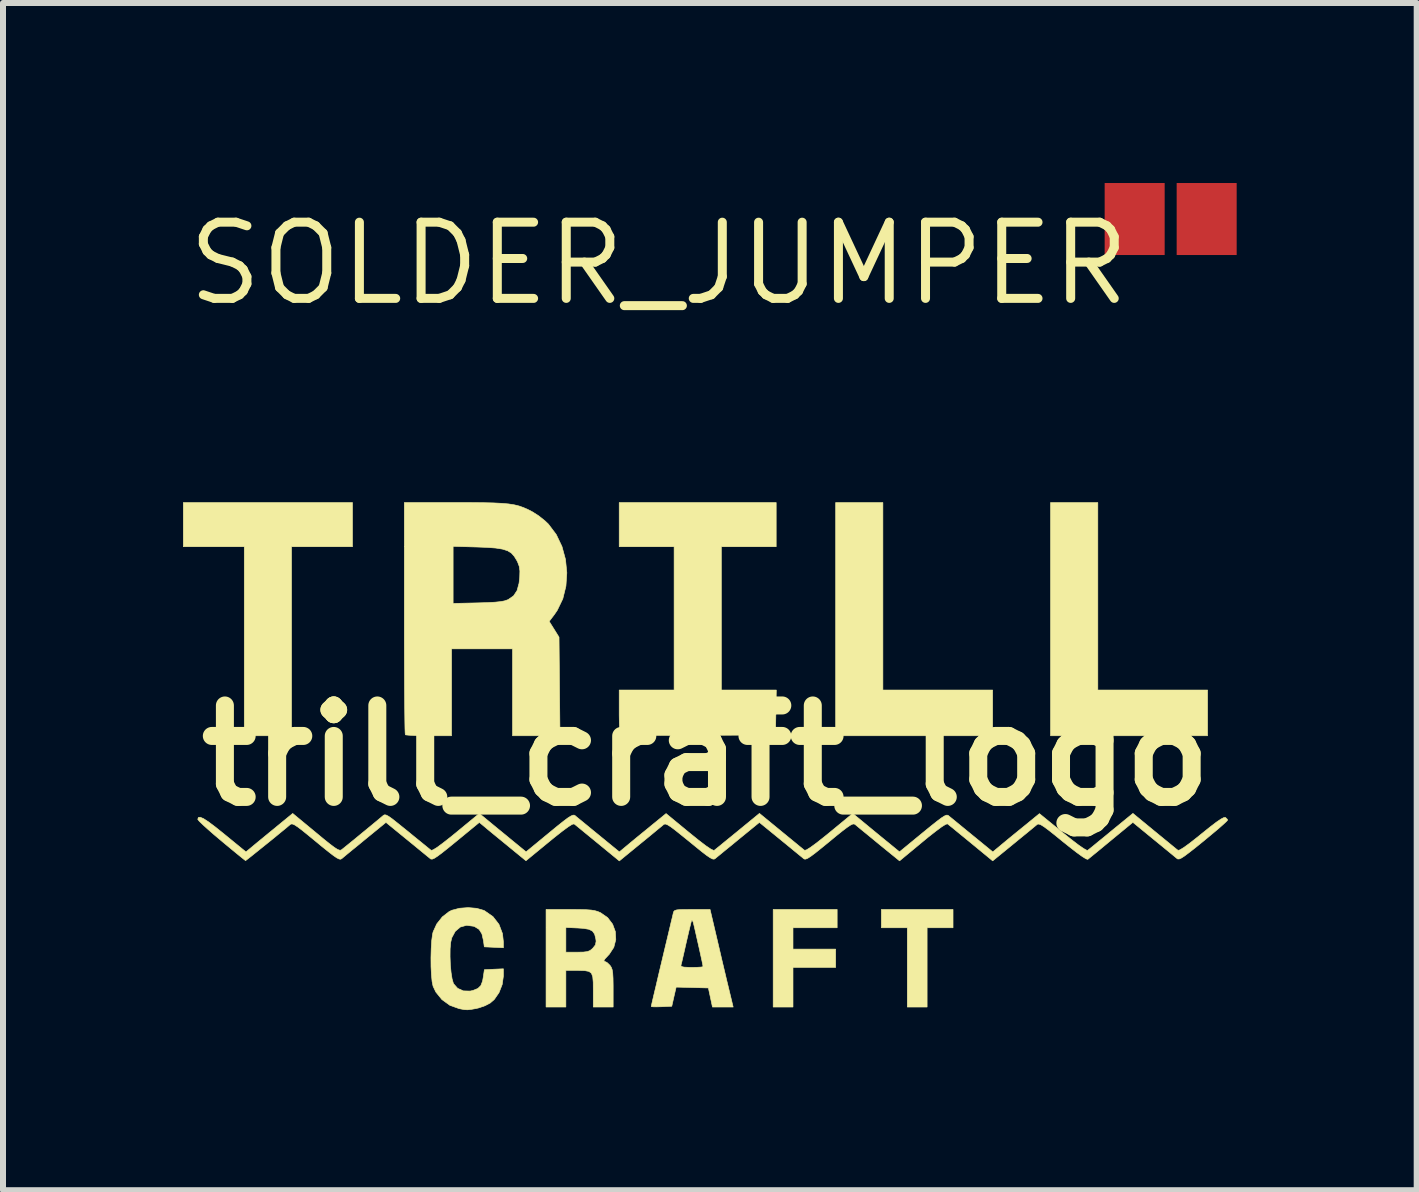
<source format=kicad_pcb>
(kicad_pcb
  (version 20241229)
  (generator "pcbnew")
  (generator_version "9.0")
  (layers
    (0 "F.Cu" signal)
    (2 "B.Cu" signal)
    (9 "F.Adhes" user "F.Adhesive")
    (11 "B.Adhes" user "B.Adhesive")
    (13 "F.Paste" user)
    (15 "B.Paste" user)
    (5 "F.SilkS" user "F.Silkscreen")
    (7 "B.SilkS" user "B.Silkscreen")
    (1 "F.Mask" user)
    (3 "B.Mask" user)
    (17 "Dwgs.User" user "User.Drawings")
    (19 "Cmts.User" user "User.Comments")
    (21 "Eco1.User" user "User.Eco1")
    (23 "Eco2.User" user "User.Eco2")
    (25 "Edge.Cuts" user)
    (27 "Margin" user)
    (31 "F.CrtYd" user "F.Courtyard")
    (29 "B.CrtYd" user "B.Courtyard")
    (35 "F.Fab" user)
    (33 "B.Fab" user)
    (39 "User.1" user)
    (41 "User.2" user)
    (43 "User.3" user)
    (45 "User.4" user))
  (footprint "trill_craft_logo"
    (layer "F.Cu")
    (at 8.717 9.541)
    (property "Reference" "trill_craft_logo" (at 0 0 0) (layer "F.SilkS") (effects (font (size 1.524 1.524) (thickness 0.3))))
    (attr through_hole)
    (fp_poly (pts (xy 2.946 -1.092) (xy 4.775 -1.092) (xy 4.775 -0.33) (xy 2.159 -0.33) (xy 2.159 -4.216) (xy 2.946 -4.216) (xy 2.946 -1.092)) (stroke (width 0.01) (type solid)) (fill yes) (layer "F.SilkS"))
    (fp_poly (pts (xy 6.528 -1.092) (xy 8.357 -1.092) (xy 8.357 -0.33) (xy 5.74 -0.33) (xy 5.74 -4.216) (xy 6.528 -4.216) (xy 6.528 -1.092)) (stroke (width 0.01) (type solid)) (fill yes) (layer "F.SilkS"))
    (fp_poly (pts (xy -5.893 -3.48) (xy -6.909 -3.48) (xy -6.909 -0.33) (xy -7.696 -0.33) (xy -7.696 -3.48) (xy -8.712 -3.48) (xy -8.712 -4.216) (xy -5.893 -4.216) (xy -5.893 -3.48)) (stroke (width 0.01) (type solid)) (fill yes) (layer "F.SilkS"))
    (fp_poly (pts (xy 4.115 2.87) (xy 3.683 2.87) (xy 3.683 4.191) (xy 3.353 4.191) (xy 3.353 2.87) (xy 2.921 2.87) (xy 2.921 2.565) (xy 4.115 2.565) (xy 4.115 2.87)) (stroke (width 0.01) (type solid)) (fill yes) (layer "F.SilkS"))
    (fp_poly (pts (xy 2.184 2.87) (xy 1.448 2.87) (xy 1.448 3.226) (xy 2.159 3.226) (xy 2.159 3.531) (xy 1.448 3.531) (xy 1.448 4.191) (xy 1.118 4.191) (xy 1.118 2.565) (xy 2.184 2.565) (xy 2.184 2.87)) (stroke (width 0.01) (type solid)) (fill yes) (layer "F.SilkS"))
    (fp_poly (pts (xy 1.168 -3.48) (xy 0.254 -3.48) (xy 0.254 -1.092) (xy 1.17 -1.092) (xy 1.156 -0.343) (xy -0.129 -0.336) (xy -0.38 -0.335) (xy -0.615 -0.335) (xy -0.83 -0.336) (xy -1.019 -0.337) (xy -1.179 -0.338) (xy -1.303 -0.34) (xy -1.388 -0.343) (xy -1.428 -0.346) (xy -1.431 -0.347) (xy -1.437 -0.377) (xy -1.442 -0.449) (xy -1.446 -0.552) (xy -1.448 -0.677) (xy -1.448 -0.728) (xy -1.448 -1.092) (xy -0.533 -1.092) (xy -0.533 -3.48) (xy -1.448 -3.48) (xy -1.448 -4.216) (xy 1.168 -4.216) (xy 1.168 -3.48)) (stroke (width 0.01) (type solid)) (fill yes) (layer "F.SilkS"))
    (fp_poly (pts (xy -2.113 2.566) (xy -1.999 2.569) (xy -1.915 2.575) (xy -1.854 2.585) (xy -1.804 2.6) (xy -1.759 2.619) (xy -1.641 2.701) (xy -1.558 2.81) (xy -1.512 2.935) (xy -1.505 3.067) (xy -1.538 3.196) (xy -1.614 3.312) (xy -1.631 3.33) (xy -1.686 3.389) (xy -1.704 3.422) (xy -1.694 3.429) (xy -1.652 3.448) (xy -1.605 3.493) (xy -1.602 3.496) (xy -1.58 3.53) (xy -1.565 3.57) (xy -1.556 3.627) (xy -1.551 3.711) (xy -1.549 3.833) (xy -1.549 3.877) (xy -1.549 4.191) (xy -1.88 4.191) (xy -1.88 3.912) (xy -1.881 3.778) (xy -1.889 3.686) (xy -1.911 3.628) (xy -1.954 3.597) (xy -2.024 3.584) (xy -2.129 3.581) (xy -2.157 3.581) (xy -2.337 3.581) (xy -2.337 4.191) (xy -2.667 4.191) (xy -2.667 3.277) (xy -2.337 3.277) (xy -2.145 3.277) (xy -2.044 3.275) (xy -1.978 3.267) (xy -1.933 3.249) (xy -1.894 3.217) (xy -1.888 3.211) (xy -1.844 3.155) (xy -1.833 3.095) (xy -1.838 3.054) (xy -1.857 2.978) (xy -1.892 2.927) (xy -1.951 2.896) (xy -2.045 2.88) (xy -2.134 2.874) (xy -2.337 2.865) (xy -2.337 3.277) (xy -2.667 3.277) (xy -2.667 2.565) (xy -2.269 2.565) (xy -2.113 2.566)) (stroke (width 0.01) (type solid)) (fill yes) (layer "F.SilkS"))
    (fp_poly (pts (xy -3.824 2.546) (xy -3.705 2.58) (xy -3.691 2.587) (xy -3.552 2.684) (xy -3.452 2.813) (xy -3.393 2.968) (xy -3.378 3.106) (xy -3.378 3.203) (xy -3.696 3.188) (xy -3.71 3.086) (xy -3.736 2.972) (xy -3.782 2.898) (xy -3.855 2.852) (xy -3.873 2.845) (xy -3.992 2.829) (xy -4.096 2.858) (xy -4.18 2.929) (xy -4.238 3.036) (xy -4.256 3.112) (xy -4.266 3.221) (xy -4.267 3.35) (xy -4.262 3.486) (xy -4.25 3.615) (xy -4.233 3.722) (xy -4.212 3.795) (xy -4.209 3.802) (xy -4.141 3.879) (xy -4.045 3.922) (xy -3.932 3.925) (xy -3.886 3.915) (xy -3.804 3.882) (xy -3.754 3.834) (xy -3.725 3.759) (xy -3.713 3.691) (xy -3.695 3.569) (xy -3.537 3.561) (xy -3.378 3.554) (xy -3.378 3.675) (xy -3.398 3.816) (xy -3.451 3.951) (xy -3.53 4.065) (xy -3.599 4.125) (xy -3.684 4.169) (xy -3.787 4.205) (xy -3.833 4.216) (xy -3.919 4.231) (xy -3.976 4.237) (xy -4.029 4.234) (xy -4.099 4.221) (xy -4.115 4.218) (xy -4.269 4.163) (xy -4.402 4.067) (xy -4.504 3.941) (xy -4.55 3.844) (xy -4.566 3.768) (xy -4.577 3.655) (xy -4.584 3.517) (xy -4.585 3.368) (xy -4.581 3.22) (xy -4.573 3.087) (xy -4.559 2.981) (xy -4.55 2.941) (xy -4.489 2.807) (xy -4.396 2.689) (xy -4.283 2.601) (xy -4.236 2.578) (xy -4.11 2.545) (xy -3.965 2.534) (xy -3.824 2.546)) (stroke (width 0.01) (type solid)) (fill yes) (layer "F.SilkS"))
    (fp_poly (pts (xy 0.175 3.029) (xy 0.217 3.208) (xy 0.262 3.402) (xy 0.307 3.591) (xy 0.347 3.76) (xy 0.367 3.842) (xy 0.451 4.191) (xy 0.106 4.191) (xy 0.072 4.032) (xy 0.038 3.873) (xy -0.231 3.866) (xy -0.499 3.859) (xy -0.536 4.019) (xy -0.572 4.178) (xy -0.743 4.186) (xy -0.829 4.188) (xy -0.89 4.187) (xy -0.914 4.182) (xy -0.914 4.182) (xy -0.909 4.155) (xy -0.893 4.085) (xy -0.868 3.978) (xy -0.835 3.84) (xy -0.797 3.677) (xy -0.755 3.499) (xy -0.42 3.499) (xy -0.411 3.516) (xy -0.367 3.526) (xy -0.28 3.53) (xy -0.241 3.531) (xy -0.15 3.529) (xy -0.083 3.525) (xy -0.052 3.519) (xy -0.051 3.518) (xy -0.056 3.487) (xy -0.07 3.418) (xy -0.091 3.322) (xy -0.116 3.208) (xy -0.143 3.089) (xy -0.169 2.974) (xy -0.191 2.876) (xy -0.208 2.805) (xy -0.217 2.771) (xy -0.234 2.745) (xy -0.24 2.746) (xy -0.249 2.773) (xy -0.266 2.841) (xy -0.29 2.94) (xy -0.318 3.061) (xy -0.33 3.112) (xy -0.359 3.241) (xy -0.385 3.354) (xy -0.405 3.441) (xy -0.418 3.491) (xy -0.42 3.499) (xy -0.755 3.499) (xy -0.754 3.496) (xy -0.737 3.425) (xy -0.692 3.235) (xy -0.65 3.06) (xy -0.613 2.905) (xy -0.583 2.777) (xy -0.56 2.683) (xy -0.548 2.63) (xy -0.546 2.623) (xy -0.538 2.598) (xy -0.521 2.582) (xy -0.488 2.572) (xy -0.427 2.567) (xy -0.332 2.566) (xy -0.233 2.565) (xy 0.066 2.565) (xy 0.175 3.029)) (stroke (width 0.01) (type solid)) (fill yes) (layer "F.SilkS"))
    (fp_poly (pts (xy -3.928 -4.216) (xy -3.718 -4.214) (xy -3.545 -4.21) (xy -3.405 -4.203) (xy -3.291 -4.193) (xy -3.196 -4.178) (xy -3.115 -4.158) (xy -3.042 -4.132) (xy -2.969 -4.1) (xy -2.892 -4.06) (xy -2.79 -3.995) (xy -2.686 -3.912) (xy -2.628 -3.857) (xy -2.497 -3.683) (xy -2.402 -3.484) (xy -2.343 -3.268) (xy -2.321 -3.045) (xy -2.336 -2.823) (xy -2.388 -2.612) (xy -2.48 -2.421) (xy -2.529 -2.349) (xy -2.615 -2.236) (xy -2.533 -2.105) (xy -2.451 -1.973) (xy -2.443 -1.152) (xy -2.435 -0.33) (xy -3.226 -0.33) (xy -3.226 -1.778) (xy -4.242 -1.778) (xy -4.242 -0.33) (xy -4.619 -0.33) (xy -4.752 -0.331) (xy -4.867 -0.334) (xy -4.954 -0.339) (xy -5.004 -0.344) (xy -5.012 -0.347) (xy -5.015 -0.375) (xy -5.018 -0.449) (xy -5.02 -0.566) (xy -5.022 -0.722) (xy -5.024 -0.914) (xy -5.026 -1.136) (xy -5.027 -1.385) (xy -5.028 -1.658) (xy -5.029 -1.949) (xy -5.029 -2.256) (xy -5.029 -2.29) (xy -5.029 -2.535) (xy -4.216 -2.535) (xy -3.804 -2.544) (xy -3.639 -2.549) (xy -3.516 -2.556) (xy -3.427 -2.565) (xy -3.361 -2.577) (xy -3.311 -2.594) (xy -3.295 -2.601) (xy -3.208 -2.662) (xy -3.15 -2.75) (xy -3.117 -2.872) (xy -3.106 -2.972) (xy -3.103 -3.076) (xy -3.114 -3.153) (xy -3.142 -3.227) (xy -3.154 -3.25) (xy -3.197 -3.32) (xy -3.245 -3.374) (xy -3.308 -3.413) (xy -3.393 -3.44) (xy -3.506 -3.458) (xy -3.657 -3.469) (xy -3.814 -3.475) (xy -4.216 -3.486) (xy -4.216 -2.535) (xy -5.029 -2.535) (xy -5.029 -4.216) (xy -4.184 -4.216) (xy -3.928 -4.216)) (stroke (width 0.01) (type solid)) (fill yes) (layer "F.SilkS"))
    (fp_poly (pts (xy 1.251 1.261) (xy 1.368 1.357) (xy 1.472 1.442) (xy 1.557 1.512) (xy 1.616 1.56) (xy 1.642 1.58) (xy 1.673 1.572) (xy 1.739 1.531) (xy 1.839 1.458) (xy 1.972 1.353) (xy 2.057 1.284) (xy 2.444 0.965) (xy 2.638 1.125) (xy 2.753 1.22) (xy 2.882 1.326) (xy 3.003 1.425) (xy 3.028 1.445) (xy 3.223 1.605) (xy 3.611 1.286) (xy 3.746 1.176) (xy 3.848 1.095) (xy 3.921 1.04) (xy 3.973 1.007) (xy 4.007 0.993) (xy 4.029 0.995) (xy 4.037 1) (xy 4.069 1.026) (xy 4.133 1.078) (xy 4.222 1.151) (xy 4.329 1.239) (xy 4.427 1.319) (xy 4.778 1.606) (xy 4.897 1.507) (xy 4.963 1.452) (xy 5.056 1.375) (xy 5.165 1.286) (xy 5.277 1.195) (xy 5.286 1.188) (xy 5.555 0.968) (xy 5.943 1.284) (xy 6.09 1.402) (xy 6.208 1.492) (xy 6.294 1.551) (xy 6.345 1.579) (xy 6.359 1.58) (xy 6.387 1.558) (xy 6.448 1.509) (xy 6.534 1.438) (xy 6.639 1.353) (xy 6.75 1.261) (xy 7.113 0.964) (xy 7.474 1.261) (xy 7.591 1.357) (xy 7.695 1.442) (xy 7.78 1.512) (xy 7.839 1.56) (xy 7.865 1.58) (xy 7.896 1.572) (xy 7.962 1.532) (xy 8.061 1.46) (xy 8.191 1.358) (xy 8.256 1.305) (xy 8.397 1.192) (xy 8.504 1.11) (xy 8.581 1.058) (xy 8.63 1.033) (xy 8.655 1.032) (xy 8.687 1.063) (xy 8.691 1.076) (xy 8.672 1.098) (xy 8.62 1.146) (xy 8.54 1.217) (xy 8.437 1.303) (xy 8.319 1.401) (xy 8.29 1.425) (xy 8.153 1.536) (xy 8.048 1.618) (xy 7.972 1.675) (xy 7.919 1.709) (xy 7.884 1.724) (xy 7.86 1.724) (xy 7.85 1.718) (xy 7.818 1.692) (xy 7.754 1.639) (xy 7.665 1.566) (xy 7.559 1.479) (xy 7.461 1.399) (xy 7.112 1.113) (xy 6.75 1.411) (xy 6.634 1.507) (xy 6.53 1.593) (xy 6.445 1.662) (xy 6.386 1.71) (xy 6.361 1.73) (xy 6.332 1.722) (xy 6.269 1.683) (xy 6.175 1.615) (xy 6.054 1.521) (xy 5.945 1.434) (xy 5.81 1.324) (xy 5.709 1.244) (xy 5.635 1.189) (xy 5.584 1.157) (xy 5.549 1.143) (xy 5.526 1.143) (xy 5.515 1.15) (xy 5.482 1.177) (xy 5.418 1.23) (xy 5.328 1.304) (xy 5.221 1.391) (xy 5.125 1.47) (xy 4.776 1.755) (xy 4.414 1.457) (xy 4.297 1.361) (xy 4.193 1.276) (xy 4.108 1.206) (xy 4.049 1.159) (xy 4.023 1.138) (xy 3.993 1.146) (xy 3.927 1.187) (xy 3.83 1.259) (xy 3.701 1.36) (xy 3.609 1.436) (xy 3.224 1.755) (xy 2.875 1.471) (xy 2.76 1.376) (xy 2.655 1.29) (xy 2.569 1.22) (xy 2.509 1.17) (xy 2.485 1.15) (xy 2.467 1.14) (xy 2.443 1.142) (xy 2.407 1.159) (xy 2.353 1.195) (xy 2.276 1.253) (xy 2.171 1.337) (xy 2.055 1.433) (xy 1.92 1.543) (xy 1.819 1.624) (xy 1.745 1.679) (xy 1.694 1.712) (xy 1.66 1.726) (xy 1.637 1.725) (xy 1.627 1.719) (xy 1.595 1.692) (xy 1.531 1.64) (xy 1.442 1.567) (xy 1.335 1.479) (xy 1.238 1.4) (xy 0.888 1.114) (xy 0.539 1.399) (xy 0.424 1.494) (xy 0.319 1.579) (xy 0.234 1.649) (xy 0.174 1.698) (xy 0.15 1.718) (xy 0.132 1.727) (xy 0.106 1.723) (xy 0.067 1.703) (xy 0.009 1.664) (xy -0.073 1.601) (xy -0.184 1.511) (xy -0.278 1.434) (xy -0.413 1.325) (xy -0.514 1.244) (xy -0.587 1.189) (xy -0.638 1.157) (xy -0.672 1.142) (xy -0.695 1.143) (xy -0.708 1.15) (xy -0.74 1.177) (xy -0.805 1.23) (xy -0.894 1.304) (xy -1.001 1.392) (xy -1.097 1.47) (xy -1.446 1.756) (xy -1.809 1.458) (xy -1.926 1.362) (xy -2.03 1.277) (xy -2.115 1.207) (xy -2.174 1.159) (xy -2.2 1.139) (xy -2.231 1.146) (xy -2.297 1.187) (xy -2.396 1.26) (xy -2.528 1.364) (xy -2.615 1.435) (xy -3.002 1.753) (xy -3.272 1.532) (xy -3.384 1.44) (xy -3.493 1.351) (xy -3.588 1.273) (xy -3.657 1.216) (xy -3.661 1.212) (xy -3.779 1.114) (xy -4.167 1.433) (xy -4.302 1.543) (xy -4.404 1.624) (xy -4.478 1.679) (xy -4.529 1.712) (xy -4.563 1.726) (xy -4.586 1.725) (xy -4.595 1.719) (xy -4.628 1.692) (xy -4.692 1.64) (xy -4.781 1.567) (xy -4.888 1.479) (xy -4.985 1.4) (xy -5.335 1.114) (xy -5.684 1.399) (xy -5.799 1.494) (xy -5.904 1.579) (xy -5.989 1.649) (xy -6.049 1.699) (xy -6.073 1.719) (xy -6.091 1.728) (xy -6.117 1.724) (xy -6.155 1.705) (xy -6.212 1.666) (xy -6.292 1.604) (xy -6.402 1.516) (xy -6.501 1.434) (xy -6.635 1.324) (xy -6.735 1.243) (xy -6.808 1.188) (xy -6.859 1.155) (xy -6.893 1.141) (xy -6.916 1.141) (xy -6.93 1.149) (xy -7.001 1.209) (xy -7.093 1.284) (xy -7.196 1.369) (xy -7.305 1.457) (xy -7.412 1.543) (xy -7.509 1.621) (xy -7.59 1.686) (xy -7.648 1.731) (xy -7.674 1.751) (xy -7.675 1.751) (xy -7.696 1.735) (xy -7.75 1.692) (xy -7.832 1.625) (xy -7.934 1.541) (xy -8.051 1.444) (xy -8.077 1.422) (xy -8.197 1.321) (xy -8.302 1.229) (xy -8.386 1.153) (xy -8.445 1.096) (xy -8.47 1.065) (xy -8.471 1.062) (xy -8.461 1.032) (xy -8.431 1.028) (xy -8.376 1.051) (xy -8.294 1.104) (xy -8.182 1.188) (xy -8.036 1.305) (xy -8.03 1.31) (xy -7.668 1.606) (xy -7.549 1.507) (xy -7.483 1.452) (xy -7.39 1.376) (xy -7.281 1.286) (xy -7.169 1.195) (xy -7.159 1.186) (xy -6.889 0.965) (xy -6.503 1.284) (xy -6.369 1.395) (xy -6.269 1.475) (xy -6.196 1.53) (xy -6.145 1.563) (xy -6.11 1.577) (xy -6.087 1.577) (xy -6.075 1.57) (xy -6.027 1.532) (xy -5.952 1.471) (xy -5.857 1.394) (xy -5.753 1.308) (xy -5.648 1.222) (xy -5.55 1.141) (xy -5.469 1.074) (xy -5.413 1.027) (xy -5.394 1.011) (xy -5.375 0.995) (xy -5.354 0.987) (xy -5.328 0.993) (xy -5.289 1.014) (xy -5.231 1.055) (xy -5.149 1.12) (xy -5.036 1.211) (xy -4.975 1.26) (xy -4.858 1.356) (xy -4.753 1.441) (xy -4.667 1.511) (xy -4.608 1.559) (xy -4.581 1.58) (xy -4.55 1.572) (xy -4.483 1.531) (xy -4.382 1.456) (xy -4.247 1.35) (xy -4.166 1.284) (xy -3.779 0.965) (xy -3.585 1.125) (xy -3.47 1.22) (xy -3.34 1.326) (xy -3.22 1.425) (xy -3.195 1.445) (xy -3 1.605) (xy -2.613 1.286) (xy -2.478 1.175) (xy -2.376 1.094) (xy -2.303 1.039) (xy -2.251 1.007) (xy -2.217 0.993) (xy -2.195 0.994) (xy -2.186 0.999) (xy -2.154 1.026) (xy -2.09 1.078) (xy -2.001 1.151) (xy -1.894 1.239) (xy -1.796 1.319) (xy -1.445 1.606) (xy -1.326 1.507) (xy -1.26 1.452) (xy -1.167 1.375) (xy -1.058 1.286) (xy -0.946 1.195) (xy -0.937 1.187) (xy -0.667 0.967) (xy -0.281 1.285) (xy -0.125 1.411) (xy -0.006 1.502) (xy 0.077 1.558) (xy 0.125 1.581) (xy 0.135 1.58) (xy 0.164 1.557) (xy 0.225 1.508) (xy 0.311 1.437) (xy 0.417 1.351) (xy 0.527 1.261) (xy 0.889 0.964) (xy 1.251 1.261)) (stroke (width 0.01) (type solid)) (fill yes) (layer "F.SilkS")))
  (footprint "SOLDER_JUMPER"
    (layer "F.Cu")
    (at 15.859 0.6)
    (property "Reference" "SOLDER_JUMPER" (at 0 0 0) (layer "F.SilkS") (effects (font (size 1.27 1.27) (thickness 0.15)) (justify right top)))
    (attr through_hole)
    (pad "P$1" smd rect (at 0 0) (size 1 1.2) (layers "F.Cu" "F.Mask" "F.Paste"))
    (pad "P$2" smd rect (at 1.2 0) (size 1 1.2) (layers "F.Cu" "F.Mask" "F.Paste")))
  (gr_rect
    (start -3 -3)
    (end 20.559 16.784)
    (stroke (width 0.1) (type default))
    (fill no)
    (layer "Edge.Cuts")))
</source>
